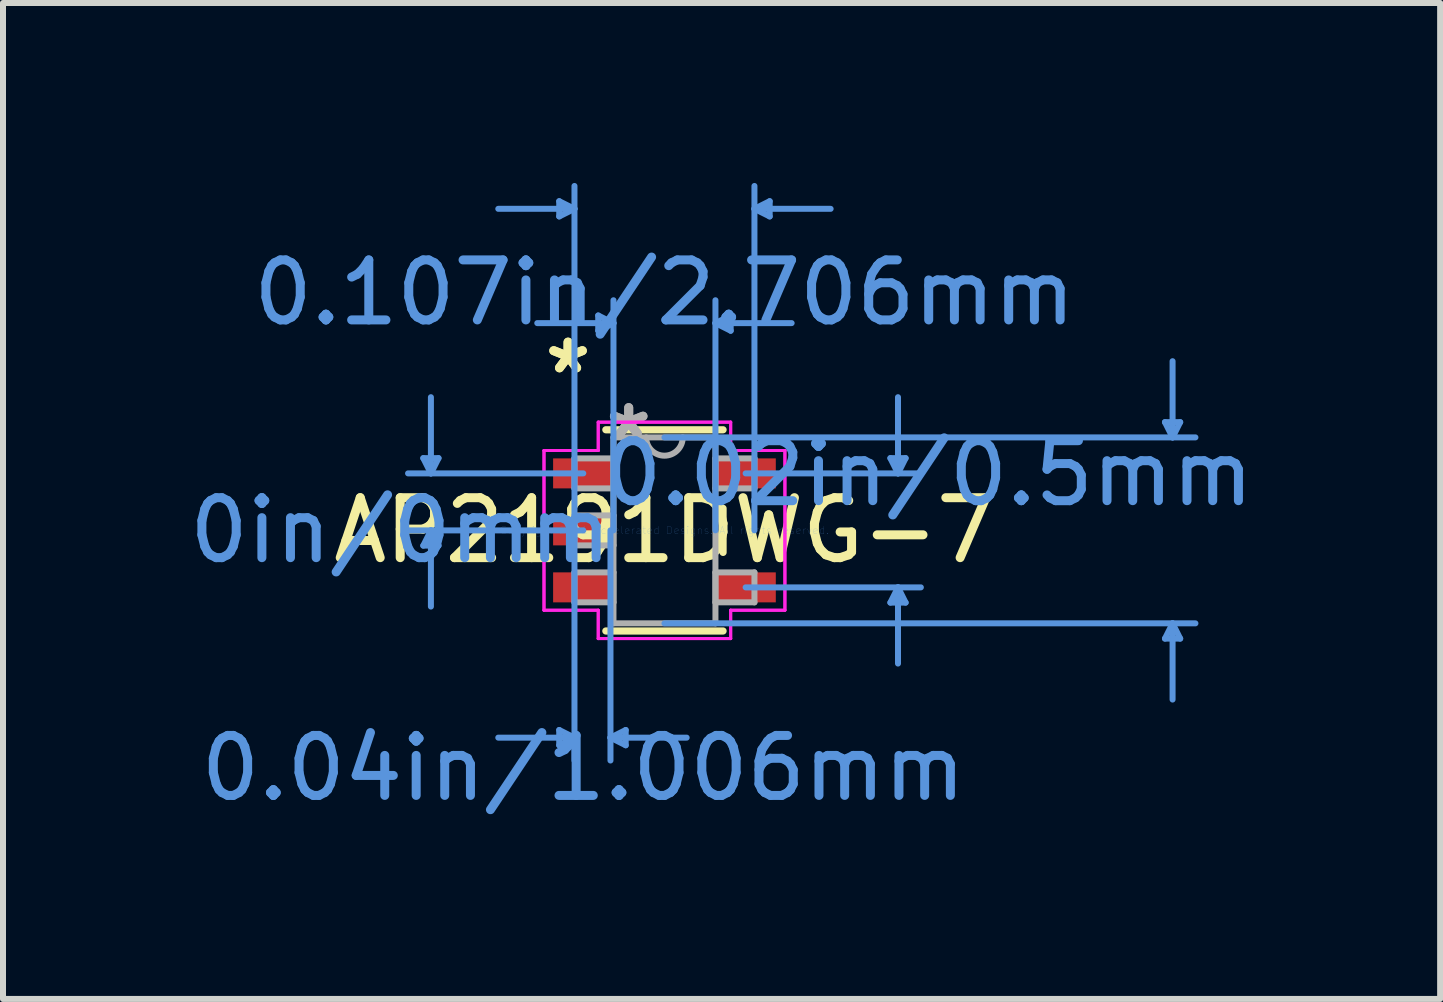
<source format=kicad_pcb>
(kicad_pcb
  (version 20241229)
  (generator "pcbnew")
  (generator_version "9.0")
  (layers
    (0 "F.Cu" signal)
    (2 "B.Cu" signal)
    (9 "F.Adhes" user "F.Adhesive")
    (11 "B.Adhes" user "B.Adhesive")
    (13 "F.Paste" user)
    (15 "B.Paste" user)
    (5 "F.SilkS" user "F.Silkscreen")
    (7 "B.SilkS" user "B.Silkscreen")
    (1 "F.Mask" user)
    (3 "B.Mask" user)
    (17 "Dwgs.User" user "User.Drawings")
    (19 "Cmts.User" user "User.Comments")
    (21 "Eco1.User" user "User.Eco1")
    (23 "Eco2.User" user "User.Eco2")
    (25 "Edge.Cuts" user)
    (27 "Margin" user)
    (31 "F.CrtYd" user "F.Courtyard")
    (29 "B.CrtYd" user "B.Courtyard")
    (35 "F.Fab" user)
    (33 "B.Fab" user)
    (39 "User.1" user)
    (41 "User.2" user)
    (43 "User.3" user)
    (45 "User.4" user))
  (footprint "AP2191DWG-7"
    (layer "F.Cu")
    (at 8.026 5.791)
    (property "Reference" "AP2191DWG-7" (at 0 0 0) (layer "F.SilkS") (effects (font (size 1 1) (thickness 0.15))))
    (attr through_hole)
    (fp_line (start -0.977 1.677) (end 0.977 1.677) (stroke (width 0.12) (type solid)) (layer "F.SilkS"))
    (fp_line (start 0.977 -1.677) (end -0.977 -1.677) (stroke (width 0.12) (type solid)) (layer "F.SilkS"))
    (fp_line (start 0.977 0.367) (end 0.977 -0.367) (stroke (width 0.12) (type solid)) (layer "F.SilkS"))
    (fp_line (start -4.02 -1.204) (end -3.766 -1.204) (stroke (width 0.1) (type solid)) (layer "Cmts.User"))
    (fp_line (start -4.02 0.254) (end -3.766 0.254) (stroke (width 0.1) (type solid)) (layer "Cmts.User"))
    (fp_line (start -3.893 -0.95) (end -4.02 -1.204) (stroke (width 0.1) (type solid)) (layer "Cmts.User"))
    (fp_line (start -3.893 -0.95) (end -3.893 -2.22) (stroke (width 0.1) (type solid)) (layer "Cmts.User"))
    (fp_line (start -3.893 -0.95) (end -3.766 -1.204) (stroke (width 0.1) (type solid)) (layer "Cmts.User"))
    (fp_line (start -3.893 0) (end -4.02 0.254) (stroke (width 0.1) (type solid)) (layer "Cmts.User"))
    (fp_line (start -3.893 0) (end -3.893 1.27) (stroke (width 0.1) (type solid)) (layer "Cmts.User"))
    (fp_line (start -3.893 0) (end -3.766 0.254) (stroke (width 0.1) (type solid)) (layer "Cmts.User"))
    (fp_line (start -1.754 -5.487) (end -1.754 -5.233) (stroke (width 0.1) (type solid)) (layer "Cmts.User"))
    (fp_line (start -1.754 3.328) (end -1.754 3.582) (stroke (width 0.1) (type solid)) (layer "Cmts.User"))
    (fp_line (start -1.5 -5.36) (end -2.77 -5.36) (stroke (width 0.1) (type solid)) (layer "Cmts.User"))
    (fp_line (start -1.5 -5.36) (end -1.754 -5.487) (stroke (width 0.1) (type solid)) (layer "Cmts.User"))
    (fp_line (start -1.5 -5.36) (end -1.754 -5.233) (stroke (width 0.1) (type solid)) (layer "Cmts.User"))
    (fp_line (start -1.5 0) (end -1.5 -5.741) (stroke (width 0.1) (type solid)) (layer "Cmts.User"))
    (fp_line (start -1.5 0) (end -1.5 3.836) (stroke (width 0.1) (type solid)) (layer "Cmts.User"))
    (fp_line (start -1.5 3.455) (end -2.77 3.455) (stroke (width 0.1) (type solid)) (layer "Cmts.User"))
    (fp_line (start -1.5 3.455) (end -1.754 3.328) (stroke (width 0.1) (type solid)) (layer "Cmts.User"))
    (fp_line (start -1.5 3.455) (end -1.754 3.582) (stroke (width 0.1) (type solid)) (layer "Cmts.User"))
    (fp_line (start -1.353 -0.95) (end -4.274 -0.95) (stroke (width 0.1) (type solid)) (layer "Cmts.User"))
    (fp_line (start -1.353 0) (end -4.274 0) (stroke (width 0.1) (type solid)) (layer "Cmts.User"))
    (fp_line (start -1.104 -3.582) (end -1.104 -3.328) (stroke (width 0.1) (type solid)) (layer "Cmts.User"))
    (fp_line (start -0.9 0) (end -0.9 3.836) (stroke (width 0.1) (type solid)) (layer "Cmts.User"))
    (fp_line (start -0.9 3.455) (end -0.646 3.328) (stroke (width 0.1) (type solid)) (layer "Cmts.User"))
    (fp_line (start -0.9 3.455) (end -0.646 3.582) (stroke (width 0.1) (type solid)) (layer "Cmts.User"))
    (fp_line (start -0.9 3.455) (end 0.37 3.455) (stroke (width 0.1) (type solid)) (layer "Cmts.User"))
    (fp_line (start -0.85 -3.455) (end -2.12 -3.455) (stroke (width 0.1) (type solid)) (layer "Cmts.User"))
    (fp_line (start -0.85 -3.455) (end -1.104 -3.582) (stroke (width 0.1) (type solid)) (layer "Cmts.User"))
    (fp_line (start -0.85 -3.455) (end -1.104 -3.328) (stroke (width 0.1) (type solid)) (layer "Cmts.User"))
    (fp_line (start -0.85 0) (end -0.85 -3.836) (stroke (width 0.1) (type solid)) (layer "Cmts.User"))
    (fp_line (start -0.646 3.328) (end -0.646 3.582) (stroke (width 0.1) (type solid)) (layer "Cmts.User"))
    (fp_line (start 0 -1.55) (end 8.851 -1.55) (stroke (width 0.1) (type solid)) (layer "Cmts.User"))
    (fp_line (start 0 1.55) (end 8.851 1.55) (stroke (width 0.1) (type solid)) (layer "Cmts.User"))
    (fp_line (start 0.85 -3.455) (end 1.104 -3.582) (stroke (width 0.1) (type solid)) (layer "Cmts.User"))
    (fp_line (start 0.85 -3.455) (end 1.104 -3.328) (stroke (width 0.1) (type solid)) (layer "Cmts.User"))
    (fp_line (start 0.85 -3.455) (end 2.12 -3.455) (stroke (width 0.1) (type solid)) (layer "Cmts.User"))
    (fp_line (start 0.85 0) (end 0.85 -3.836) (stroke (width 0.1) (type solid)) (layer "Cmts.User"))
    (fp_line (start 1.104 -3.582) (end 1.104 -3.328) (stroke (width 0.1) (type solid)) (layer "Cmts.User"))
    (fp_line (start 1.353 -0.95) (end 4.274 -0.95) (stroke (width 0.1) (type solid)) (layer "Cmts.User"))
    (fp_line (start 1.353 0.95) (end 4.274 0.95) (stroke (width 0.1) (type solid)) (layer "Cmts.User"))
    (fp_line (start 1.5 -5.36) (end 1.754 -5.487) (stroke (width 0.1) (type solid)) (layer "Cmts.User"))
    (fp_line (start 1.5 -5.36) (end 1.754 -5.233) (stroke (width 0.1) (type solid)) (layer "Cmts.User"))
    (fp_line (start 1.5 -5.36) (end 2.77 -5.36) (stroke (width 0.1) (type solid)) (layer "Cmts.User"))
    (fp_line (start 1.5 0) (end 1.5 -5.741) (stroke (width 0.1) (type solid)) (layer "Cmts.User"))
    (fp_line (start 1.754 -5.487) (end 1.754 -5.233) (stroke (width 0.1) (type solid)) (layer "Cmts.User"))
    (fp_line (start 3.766 -1.204) (end 4.02 -1.204) (stroke (width 0.1) (type solid)) (layer "Cmts.User"))
    (fp_line (start 3.766 1.204) (end 4.02 1.204) (stroke (width 0.1) (type solid)) (layer "Cmts.User"))
    (fp_line (start 3.893 -0.95) (end 3.766 -1.204) (stroke (width 0.1) (type solid)) (layer "Cmts.User"))
    (fp_line (start 3.893 -0.95) (end 3.893 -2.22) (stroke (width 0.1) (type solid)) (layer "Cmts.User"))
    (fp_line (start 3.893 -0.95) (end 4.02 -1.204) (stroke (width 0.1) (type solid)) (layer "Cmts.User"))
    (fp_line (start 3.893 0.95) (end 3.766 1.204) (stroke (width 0.1) (type solid)) (layer "Cmts.User"))
    (fp_line (start 3.893 0.95) (end 3.893 2.22) (stroke (width 0.1) (type solid)) (layer "Cmts.User"))
    (fp_line (start 3.893 0.95) (end 4.02 1.204) (stroke (width 0.1) (type solid)) (layer "Cmts.User"))
    (fp_line (start 8.343 -1.804) (end 8.597 -1.804) (stroke (width 0.1) (type solid)) (layer "Cmts.User"))
    (fp_line (start 8.343 1.804) (end 8.597 1.804) (stroke (width 0.1) (type solid)) (layer "Cmts.User"))
    (fp_line (start 8.47 -1.55) (end 8.343 -1.804) (stroke (width 0.1) (type solid)) (layer "Cmts.User"))
    (fp_line (start 8.47 -1.55) (end 8.47 -2.82) (stroke (width 0.1) (type solid)) (layer "Cmts.User"))
    (fp_line (start 8.47 -1.55) (end 8.597 -1.804) (stroke (width 0.1) (type solid)) (layer "Cmts.User"))
    (fp_line (start 8.47 1.55) (end 8.343 1.804) (stroke (width 0.1) (type solid)) (layer "Cmts.User"))
    (fp_line (start 8.47 1.55) (end 8.47 2.82) (stroke (width 0.1) (type solid)) (layer "Cmts.User"))
    (fp_line (start 8.47 1.55) (end 8.597 1.804) (stroke (width 0.1) (type solid)) (layer "Cmts.User"))
    (fp_line (start -2.008 -1.331) (end -1.104 -1.331) (stroke (width 0.05) (type solid)) (layer "F.CrtYd"))
    (fp_line (start -2.008 -1.331) (end -1.104 -1.331) (stroke (width 0.05) (type solid)) (layer "F.CrtYd"))
    (fp_line (start -2.008 1.331) (end -2.008 -1.331) (stroke (width 0.05) (type solid)) (layer "F.CrtYd"))
    (fp_line (start -2.008 1.331) (end -2.008 -1.331) (stroke (width 0.05) (type solid)) (layer "F.CrtYd"))
    (fp_line (start -1.104 -1.804) (end 1.104 -1.804) (stroke (width 0.05) (type solid)) (layer "F.CrtYd"))
    (fp_line (start -1.104 -1.804) (end 1.104 -1.804) (stroke (width 0.05) (type solid)) (layer "F.CrtYd"))
    (fp_line (start -1.104 -1.331) (end -1.104 -1.804) (stroke (width 0.05) (type solid)) (layer "F.CrtYd"))
    (fp_line (start -1.104 -1.331) (end -1.104 -1.804) (stroke (width 0.05) (type solid)) (layer "F.CrtYd"))
    (fp_line (start -1.104 1.331) (end -2.008 1.331) (stroke (width 0.05) (type solid)) (layer "F.CrtYd"))
    (fp_line (start -1.104 1.331) (end -2.008 1.331) (stroke (width 0.05) (type solid)) (layer "F.CrtYd"))
    (fp_line (start -1.104 1.804) (end -1.104 1.331) (stroke (width 0.05) (type solid)) (layer "F.CrtYd"))
    (fp_line (start -1.104 1.804) (end -1.104 1.331) (stroke (width 0.05) (type solid)) (layer "F.CrtYd"))
    (fp_line (start 1.104 -1.804) (end 1.104 -1.331) (stroke (width 0.05) (type solid)) (layer "F.CrtYd"))
    (fp_line (start 1.104 -1.804) (end 1.104 -1.331) (stroke (width 0.05) (type solid)) (layer "F.CrtYd"))
    (fp_line (start 1.104 -1.331) (end 2.008 -1.331) (stroke (width 0.05) (type solid)) (layer "F.CrtYd"))
    (fp_line (start 1.104 -1.331) (end 2.008 -1.331) (stroke (width 0.05) (type solid)) (layer "F.CrtYd"))
    (fp_line (start 1.104 1.331) (end 1.104 1.804) (stroke (width 0.05) (type solid)) (layer "F.CrtYd"))
    (fp_line (start 1.104 1.331) (end 1.104 1.804) (stroke (width 0.05) (type solid)) (layer "F.CrtYd"))
    (fp_line (start 1.104 1.804) (end -1.104 1.804) (stroke (width 0.05) (type solid)) (layer "F.CrtYd"))
    (fp_line (start 1.104 1.804) (end -1.104 1.804) (stroke (width 0.05) (type solid)) (layer "F.CrtYd"))
    (fp_line (start 2.008 -1.331) (end 2.008 1.331) (stroke (width 0.05) (type solid)) (layer "F.CrtYd"))
    (fp_line (start 2.008 -1.331) (end 2.008 1.331) (stroke (width 0.05) (type solid)) (layer "F.CrtYd"))
    (fp_line (start 2.008 1.331) (end 1.104 1.331) (stroke (width 0.05) (type solid)) (layer "F.CrtYd"))
    (fp_line (start 2.008 1.331) (end 1.104 1.331) (stroke (width 0.05) (type solid)) (layer "F.CrtYd"))
    (fp_line (start -1.5 -1.2) (end -1.5 -0.7) (stroke (width 0.1) (type solid)) (layer "F.Fab"))
    (fp_line (start -1.5 -0.7) (end -0.85 -0.7) (stroke (width 0.1) (type solid)) (layer "F.Fab"))
    (fp_line (start -1.5 -0.25) (end -1.5 0.25) (stroke (width 0.1) (type solid)) (layer "F.Fab"))
    (fp_line (start -1.5 0.25) (end -0.85 0.25) (stroke (width 0.1) (type solid)) (layer "F.Fab"))
    (fp_line (start -1.5 0.7) (end -1.5 1.2) (stroke (width 0.1) (type solid)) (layer "F.Fab"))
    (fp_line (start -1.5 1.2) (end -0.85 1.2) (stroke (width 0.1) (type solid)) (layer "F.Fab"))
    (fp_line (start -0.85 -1.55) (end -0.85 1.55) (stroke (width 0.1) (type solid)) (layer "F.Fab"))
    (fp_line (start -0.85 -1.2) (end -1.5 -1.2) (stroke (width 0.1) (type solid)) (layer "F.Fab"))
    (fp_line (start -0.85 -0.7) (end -0.85 -1.2) (stroke (width 0.1) (type solid)) (layer "F.Fab"))
    (fp_line (start -0.85 -0.25) (end -1.5 -0.25) (stroke (width 0.1) (type solid)) (layer "F.Fab"))
    (fp_line (start -0.85 0.25) (end -0.85 -0.25) (stroke (width 0.1) (type solid)) (layer "F.Fab"))
    (fp_line (start -0.85 0.7) (end -1.5 0.7) (stroke (width 0.1) (type solid)) (layer "F.Fab"))
    (fp_line (start -0.85 1.2) (end -0.85 0.7) (stroke (width 0.1) (type solid)) (layer "F.Fab"))
    (fp_line (start -0.85 1.55) (end 0.85 1.55) (stroke (width 0.1) (type solid)) (layer "F.Fab"))
    (fp_line (start 0.85 -1.55) (end -0.85 -1.55) (stroke (width 0.1) (type solid)) (layer "F.Fab"))
    (fp_line (start 0.85 -1.2) (end 0.85 -0.7) (stroke (width 0.1) (type solid)) (layer "F.Fab"))
    (fp_line (start 0.85 -0.7) (end 1.5 -0.7) (stroke (width 0.1) (type solid)) (layer "F.Fab"))
    (fp_line (start 0.85 0.7) (end 0.85 1.2) (stroke (width 0.1) (type solid)) (layer "F.Fab"))
    (fp_line (start 0.85 1.2) (end 1.5 1.2) (stroke (width 0.1) (type solid)) (layer "F.Fab"))
    (fp_line (start 0.85 1.55) (end 0.85 -1.55) (stroke (width 0.1) (type solid)) (layer "F.Fab"))
    (fp_line (start 1.5 -1.2) (end 0.85 -1.2) (stroke (width 0.1) (type solid)) (layer "F.Fab"))
    (fp_line (start 1.5 -0.7) (end 1.5 -1.2) (stroke (width 0.1) (type solid)) (layer "F.Fab"))
    (fp_line (start 1.5 0.7) (end 0.85 0.7) (stroke (width 0.1) (type solid)) (layer "F.Fab"))
    (fp_line (start 1.5 1.2) (end 1.5 0.7) (stroke (width 0.1) (type solid)) (layer "F.Fab"))
    (fp_arc (start 0.3048 -1.549998) (mid -0.000001 -1.245199) (end -0.3048 -1.55) (stroke (width 0.1) (type solid)) (layer "F.Fab"))
    (fp_text user "*" (at -1.607 -2.593 0) (layer "F.SilkS") (effects (font (size 1 1) (thickness 0.15))))
    (fp_text user "*" (at -1.607 -2.593 0) (layer "F.SilkS") (effects (font (size 1 1) (thickness 0.15))))
    (fp_text user "0.02in/0.5mm" (at 4.401 -0.95 0) (layer "Cmts.User") (effects (font (size 1 1) (thickness 0.15))))
    (fp_text user "Copyright 2021 Accelerated Designs. All rights reserved." (at 0 0 0) (layer "Cmts.User") (effects (font (size 0.127 0.127) (thickness 0.002))))
    (fp_text user "0.04in/1.006mm" (at -1.353 3.963 0) (layer "Cmts.User") (effects (font (size 1 1) (thickness 0.15))))
    (fp_text user "0in/0mm" (at -4.401 0 0) (layer "Cmts.User") (effects (font (size 1 1) (thickness 0.15))))
    (fp_text user "0.107in/2.706mm" (at 0 -3.963 0) (layer "Cmts.User") (effects (font (size 1 1) (thickness 0.15))))
    (fp_text user "*" (at -0.596 -1.501 0) (layer "F.Fab") (effects (font (size 1 1) (thickness 0.15))))
    (fp_text user "*" (at -0.596 -1.501 0) (layer "F.Fab") (effects (font (size 1 1) (thickness 0.15))))
    (pad "1" smd rect (at -1.353 -0.95) (size 1.006 0.5) (layers "F.Cu" "F.Mask" "F.Paste"))
    (pad "2" smd rect (at -1.353 0) (size 1.006 0.5) (layers "F.Cu" "F.Mask" "F.Paste"))
    (pad "3" smd rect (at -1.353 0.95) (size 1.006 0.5) (layers "F.Cu" "F.Mask" "F.Paste"))
    (pad "4" smd rect (at 1.353 0.95) (size 1.006 0.5) (layers "F.Cu" "F.Mask" "F.Paste"))
    (pad "5" smd rect (at 1.353 -0.95) (size 1.006 0.5) (layers "F.Cu" "F.Mask" "F.Paste")))
  (gr_rect
    (start -3 -3)
    (end 20.956 13.602)
    (stroke (width 0.1) (type default))
    (fill no)
    (layer "Edge.Cuts")))
</source>
